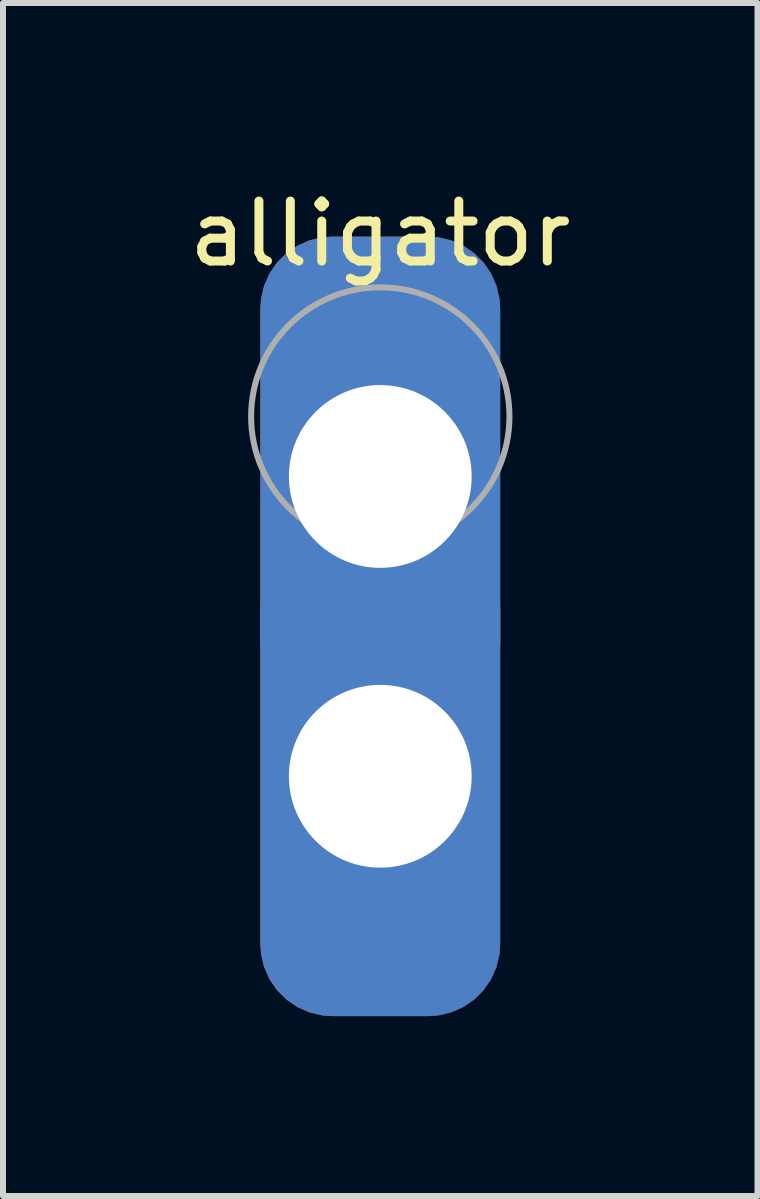
<source format=kicad_pcb>
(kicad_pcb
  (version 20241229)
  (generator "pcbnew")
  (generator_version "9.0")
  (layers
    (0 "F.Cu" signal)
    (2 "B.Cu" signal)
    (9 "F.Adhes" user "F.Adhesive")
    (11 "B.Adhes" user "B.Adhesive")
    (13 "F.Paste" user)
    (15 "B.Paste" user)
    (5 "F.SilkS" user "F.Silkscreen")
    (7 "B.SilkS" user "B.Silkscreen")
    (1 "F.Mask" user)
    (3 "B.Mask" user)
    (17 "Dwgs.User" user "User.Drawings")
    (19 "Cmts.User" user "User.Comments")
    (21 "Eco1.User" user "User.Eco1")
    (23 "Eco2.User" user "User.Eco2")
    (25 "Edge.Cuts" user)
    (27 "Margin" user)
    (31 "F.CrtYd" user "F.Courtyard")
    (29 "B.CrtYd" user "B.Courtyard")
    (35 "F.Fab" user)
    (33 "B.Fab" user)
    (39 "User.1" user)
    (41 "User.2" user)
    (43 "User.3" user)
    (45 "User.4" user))
  (footprint "alligator"
    (layer "F.Cu")
    (at 3.292 3.896)
    (property "Reference" "alligator" (at 0 -3.048 0) (layer "F.SilkS") (effects (font (size 1 1) (thickness 0.15))))
    (attr through_hole)
    (fp_circle (center 0 0) (end 2 0.8) (stroke (width 0.1) (type solid)) (fill no) (layer "F.Fab"))
    (pad "1" thru_hole roundrect (at 0 1) (size 4 8) (drill 3.048) (layers "*.Cu" "*.Mask") (roundrect_rratio 0.3))
    (pad "1" thru_hole roundrect (at 0 6) (size 4 8) (drill 3.048) (layers "*.Cu" "*.Mask") (roundrect_rratio 0.3)))
  (gr_rect
    (start -3 -3)
    (end 9.583 16.896)
    (stroke (width 0.1) (type default))
    (fill no)
    (layer "Edge.Cuts")))
</source>
